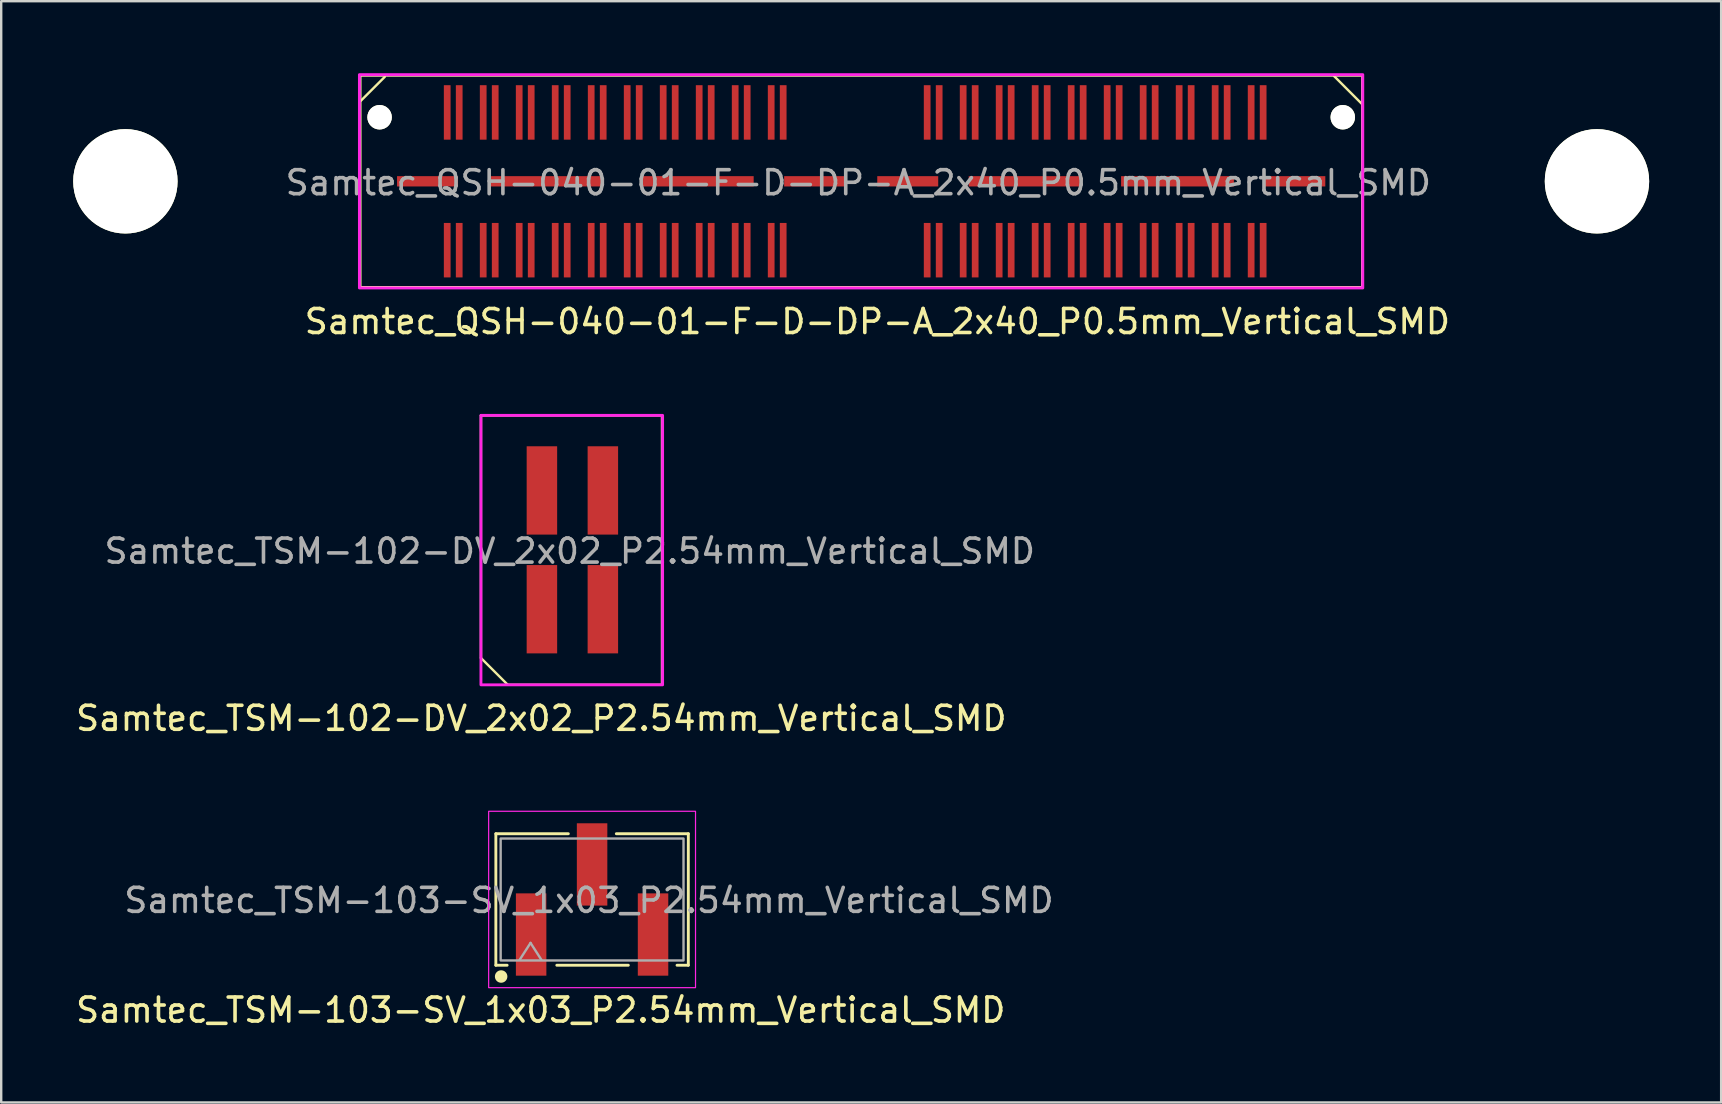
<source format=kicad_pcb>
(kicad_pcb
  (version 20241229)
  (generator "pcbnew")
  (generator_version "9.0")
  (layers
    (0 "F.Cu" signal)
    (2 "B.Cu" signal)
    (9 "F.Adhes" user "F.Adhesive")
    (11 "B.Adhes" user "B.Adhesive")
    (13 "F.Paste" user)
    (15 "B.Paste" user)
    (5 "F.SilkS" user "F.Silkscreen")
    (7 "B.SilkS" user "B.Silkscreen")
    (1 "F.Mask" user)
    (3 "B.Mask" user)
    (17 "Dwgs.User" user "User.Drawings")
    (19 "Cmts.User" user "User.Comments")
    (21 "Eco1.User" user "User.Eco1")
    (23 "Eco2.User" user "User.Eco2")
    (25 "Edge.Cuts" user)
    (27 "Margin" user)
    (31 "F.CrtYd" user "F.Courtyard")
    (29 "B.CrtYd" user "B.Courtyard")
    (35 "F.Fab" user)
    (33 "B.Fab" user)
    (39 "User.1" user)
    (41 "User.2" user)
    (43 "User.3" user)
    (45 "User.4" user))
  (footprint "Samtec_TSM-102-DV_2x02_P2.54mm_Vertical_SMD"
    (layer "F.Cu")
    (at 19.531 22.336)
    (property "Reference" "Samtec_TSM-102-DV_2x02_P2.54mm_Vertical_SMD" (at -0.025 4.547 0) (layer "F.SilkS") (effects (font (size 1 1) (thickness 0.15))))
    (attr smd)
    (fp_line (start -2.54 -8.077) (end 5.004 -8.077) (stroke (width 0.1) (type solid)) (layer "F.SilkS"))
    (fp_line (start -2.54 2.032) (end -2.54 -8.077) (stroke (width 0.1) (type solid)) (layer "F.SilkS"))
    (fp_line (start -2.54 2.032) (end -1.422 3.15) (stroke (width 0.1) (type solid)) (layer "F.SilkS"))
    (fp_line (start -1.422 3.15) (end 5.004 3.15) (stroke (width 0.1) (type solid)) (layer "F.SilkS"))
    (fp_line (start 5.004 -8.077) (end 5.004 3.15) (stroke (width 0.1) (type solid)) (layer "F.SilkS"))
    (fp_rect (start -2.54 -8.077) (end 5.029 3.15) (stroke (width 0.12) (type solid)) (fill no) (layer "F.CrtYd"))
    (fp_text user "${REFERENCE}" (at 1.16 -2.42 0) (layer "F.Fab") (effects (font (size 1 1) (thickness 0.15))))
    (pad "1" smd rect (at 0 0) (size 1.27 3.68) (layers "F.Cu" "F.Mask" "F.Paste"))
    (pad "2" smd rect (at 0 -4.95) (size 1.27 3.68) (layers "F.Cu" "F.Mask" "F.Paste"))
    (pad "3" smd rect (at 2.54 0) (size 1.27 3.68) (layers "F.Cu" "F.Mask" "F.Paste"))
    (pad "4" smd rect (at 2.54 -4.95) (size 1.27 3.68) (layers "F.Cu" "F.Mask" "F.Paste")))
  (footprint "Samtec_TSM-103-SV_1x03_P2.54mm_Vertical_SMD"
    (layer "F.Cu")
    (at 19.082 35.891)
    (property "Reference" "Samtec_TSM-103-SV_1x03_P2.54mm_Vertical_SMD" (at 0.4 3.15 0) (layer "F.SilkS") (effects (font (size 1 1) (thickness 0.15))))
    (attr smd)
    (fp_line (start -1.47 -4.2) (end 1.55 -4.2) (stroke (width 0.12) (type solid)) (layer "F.SilkS"))
    (fp_line (start -1.47 1.28) (end -1.47 -4.2) (stroke (width 0.12) (type solid)) (layer "F.SilkS"))
    (fp_line (start -1.47 1.28) (end -1 1.28) (stroke (width 0.12) (type solid)) (layer "F.SilkS"))
    (fp_line (start 1.07 1.28) (end 4.05 1.28) (stroke (width 0.12) (type solid)) (layer "F.SilkS"))
    (fp_line (start 3.55 -4.2) (end 6.55 -4.2) (stroke (width 0.12) (type solid)) (layer "F.SilkS"))
    (fp_line (start 6.08 1.28) (end 6.55 1.28) (stroke (width 0.12) (type solid)) (layer "F.SilkS"))
    (fp_line (start 6.55 -4.2) (end 6.55 1.28) (stroke (width 0.12) (type solid)) (layer "F.SilkS"))
    (fp_circle (center -1.25 1.75) (end -1.05 1.75) (stroke (width 0.12) (type solid)) (fill yes) (layer "F.SilkS"))
    (fp_rect (start -1.77 -5.135) (end 6.85 2.215) (stroke (width 0.05) (type solid)) (fill no) (layer "F.CrtYd"))
    (fp_line (start -0.475 1.05) (end -0.025 0.35) (stroke (width 0.1) (type default)) (layer "F.Fab"))
    (fp_line (start -0.025 0.35) (end 0.425 1.05) (stroke (width 0.1) (type default)) (layer "F.Fab"))
    (fp_rect (start -1.27 1.08) (end 6.35 -4) (stroke (width 0.1) (type default)) (fill no) (layer "F.Fab"))
    (fp_text user "${REFERENCE}" (at 2.41 -1.42 0) (layer "F.Fab") (effects (font (size 1 1) (thickness 0.15))))
    (pad "1" smd rect (at 0 0) (size 1.27 3.43) (layers "F.Cu" "F.Mask" "F.Paste"))
    (pad "2" smd rect (at 2.54 -2.92) (size 1.27 3.43) (layers "F.Cu" "F.Mask" "F.Paste"))
    (pad "3" smd rect (at 5.08 0) (size 1.27 3.43) (layers "F.Cu" "F.Mask" "F.Paste")))
  (footprint "Samtec_QSH-040-01-F-D-DP-A_2x40_P0.5mm_Vertical_SMD"
    (layer "F.Cu")
    (at 15.585 7.375)
    (property "Reference" "Samtec_QSH-040-01-F-D-DP-A_2x40_P0.5mm_Vertical_SMD" (at 17.925 2.975 0) (layer "F.SilkS") (effects (font (size 1 1) (thickness 0.15))))
    (attr smd)
    (fp_line (start -3.62 -7.277) (end 38.125 -7.277) (stroke (width 0.1) (type solid)) (layer "F.SilkS"))
    (fp_line (start -3.62 1.543) (end -3.62 -7.277) (stroke (width 0.1) (type solid)) (layer "F.SilkS"))
    (fp_line (start -3.62 1.543) (end 38.125 1.543) (stroke (width 0.1) (type solid)) (layer "F.SilkS"))
    (fp_line (start -3.6 -6.225) (end -2.6 -7.225) (stroke (width 0.1) (type solid)) (layer "F.SilkS"))
    (fp_line (start 36.96 -7.249) (end 38.128 -6.08) (stroke (width 0.1) (type solid)) (layer "F.SilkS"))
    (fp_line (start 38.13 1.543) (end 38.13 -7.277) (stroke (width 0.1) (type solid)) (layer "F.SilkS"))
    (fp_rect (start -3.658 -7.315) (end 38.151 1.575) (stroke (width 0.12) (type solid)) (fill no) (layer "F.CrtYd"))
    (fp_text user "${REFERENCE}" (at 17.13 -2.81 0) (layer "F.Fab") (effects (font (size 1 1) (thickness 0.15))))
    (pad "" np_thru_hole circle (at -13.41 -2.87) (size 4.35 4.35) (drill 4.35) (layers "*.Cu" "*.Mask" "F.SilkS"))
    (pad "" np_thru_hole circle (at -2.818 -5.54) (size 1.02 1.02) (drill 1.02) (layers "*.Cu" "*.Mask" "F.SilkS"))
    (pad "" np_thru_hole circle (at 37.318 -5.54) (size 1.02 1.02) (drill 1.02) (layers "*.Cu" "*.Mask" "F.SilkS"))
    (pad "" np_thru_hole circle (at 47.91 -2.87) (size 4.35 4.35) (drill 4.35) (layers "*.Cu" "*.Mask" "F.SilkS"))
    (pad "1" smd rect (at 0 0) (size 0.28 2.27) (layers "F.Cu" "F.Mask" "F.Paste"))
    (pad "2" smd rect (at 0 -5.74) (size 0.28 2.27) (layers "F.Cu" "F.Mask" "F.Paste"))
    (pad "3" smd rect (at 0.5 0) (size 0.28 2.27) (layers "F.Cu" "F.Mask" "F.Paste"))
    (pad "4" smd rect (at 0.5 -5.74) (size 0.28 2.27) (layers "F.Cu" "F.Mask" "F.Paste"))
    (pad "5" smd rect (at 1.5 0) (size 0.28 2.27) (layers "F.Cu" "F.Mask" "F.Paste"))
    (pad "6" smd rect (at 1.5 -5.74) (size 0.28 2.27) (layers "F.Cu" "F.Mask" "F.Paste"))
    (pad "7" smd rect (at 2 0) (size 0.28 2.27) (layers "F.Cu" "F.Mask" "F.Paste"))
    (pad "8" smd rect (at 2 -5.74) (size 0.28 2.27) (layers "F.Cu" "F.Mask" "F.Paste"))
    (pad "9" smd rect (at 3 0) (size 0.28 2.27) (layers "F.Cu" "F.Mask" "F.Paste"))
    (pad "10" smd rect (at 3 -5.74) (size 0.28 2.27) (layers "F.Cu" "F.Mask" "F.Paste"))
    (pad "11" smd rect (at 3.5 0) (size 0.28 2.27) (layers "F.Cu" "F.Mask" "F.Paste"))
    (pad "12" smd rect (at 3.5 -5.74) (size 0.28 2.27) (layers "F.Cu" "F.Mask" "F.Paste"))
    (pad "13" smd rect (at 4.5 0) (size 0.28 2.27) (layers "F.Cu" "F.Mask" "F.Paste"))
    (pad "14" smd rect (at 4.5 -5.74) (size 0.28 2.27) (layers "F.Cu" "F.Mask" "F.Paste"))
    (pad "15" smd rect (at 5 0) (size 0.28 2.27) (layers "F.Cu" "F.Mask" "F.Paste"))
    (pad "16" smd rect (at 5 -5.74) (size 0.28 2.27) (layers "F.Cu" "F.Mask" "F.Paste"))
    (pad "17" smd rect (at 6 0) (size 0.28 2.27) (layers "F.Cu" "F.Mask" "F.Paste"))
    (pad "18" smd rect (at 6 -5.74) (size 0.28 2.27) (layers "F.Cu" "F.Mask" "F.Paste"))
    (pad "19" smd rect (at 6.5 0) (size 0.28 2.27) (layers "F.Cu" "F.Mask" "F.Paste"))
    (pad "20" smd rect (at 6.5 -5.74) (size 0.28 2.27) (layers "F.Cu" "F.Mask" "F.Paste"))
    (pad "21" smd rect (at 7.5 0) (size 0.28 2.27) (layers "F.Cu" "F.Mask" "F.Paste"))
    (pad "22" smd rect (at 7.5 -5.74) (size 0.28 2.27) (layers "F.Cu" "F.Mask" "F.Paste"))
    (pad "23" smd rect (at 8 0) (size 0.28 2.27) (layers "F.Cu" "F.Mask" "F.Paste"))
    (pad "24" smd rect (at 8 -5.74) (size 0.28 2.27) (layers "F.Cu" "F.Mask" "F.Paste"))
    (pad "25" smd rect (at 9 0) (size 0.28 2.27) (layers "F.Cu" "F.Mask" "F.Paste"))
    (pad "26" smd rect (at 9 -5.74) (size 0.28 2.27) (layers "F.Cu" "F.Mask" "F.Paste"))
    (pad "27" smd rect (at 9.5 0) (size 0.28 2.27) (layers "F.Cu" "F.Mask" "F.Paste"))
    (pad "28" smd rect (at 9.5 -5.74) (size 0.28 2.27) (layers "F.Cu" "F.Mask" "F.Paste"))
    (pad "29" smd rect (at 10.5 0) (size 0.28 2.27) (layers "F.Cu" "F.Mask" "F.Paste"))
    (pad "30" smd rect (at 10.5 -5.74) (size 0.28 2.27) (layers "F.Cu" "F.Mask" "F.Paste"))
    (pad "31" smd rect (at 11 0) (size 0.28 2.27) (layers "F.Cu" "F.Mask" "F.Paste"))
    (pad "32" smd rect (at 11 -5.74) (size 0.28 2.27) (layers "F.Cu" "F.Mask" "F.Paste"))
    (pad "33" smd rect (at 12 0) (size 0.28 2.27) (layers "F.Cu" "F.Mask" "F.Paste"))
    (pad "34" smd rect (at 12 -5.74) (size 0.28 2.27) (layers "F.Cu" "F.Mask" "F.Paste"))
    (pad "35" smd rect (at 12.5 0) (size 0.28 2.27) (layers "F.Cu" "F.Mask" "F.Paste"))
    (pad "36" smd rect (at 12.5 -5.74) (size 0.28 2.27) (layers "F.Cu" "F.Mask" "F.Paste"))
    (pad "37" smd rect (at 13.5 0) (size 0.28 2.27) (layers "F.Cu" "F.Mask" "F.Paste"))
    (pad "38" smd rect (at 13.5 -5.74) (size 0.28 2.27) (layers "F.Cu" "F.Mask" "F.Paste"))
    (pad "39" smd rect (at 14 0) (size 0.28 2.27) (layers "F.Cu" "F.Mask" "F.Paste"))
    (pad "40" smd rect (at 14 -5.74) (size 0.28 2.27) (layers "F.Cu" "F.Mask" "F.Paste"))
    (pad "41" smd rect (at 20 0) (size 0.28 2.27) (layers "F.Cu" "F.Mask" "F.Paste"))
    (pad "42" smd rect (at 20 -5.74) (size 0.28 2.27) (layers "F.Cu" "F.Mask" "F.Paste"))
    (pad "43" smd rect (at 20.5 0) (size 0.28 2.27) (layers "F.Cu" "F.Mask" "F.Paste"))
    (pad "44" smd rect (at 20.5 -5.74) (size 0.28 2.27) (layers "F.Cu" "F.Mask" "F.Paste"))
    (pad "45" smd rect (at 21.5 0) (size 0.28 2.27) (layers "F.Cu" "F.Mask" "F.Paste"))
    (pad "46" smd rect (at 21.5 -5.74) (size 0.28 2.27) (layers "F.Cu" "F.Mask" "F.Paste"))
    (pad "47" smd rect (at 22 0) (size 0.28 2.27) (layers "F.Cu" "F.Mask" "F.Paste"))
    (pad "48" smd rect (at 22 -5.74) (size 0.28 2.27) (layers "F.Cu" "F.Mask" "F.Paste"))
    (pad "49" smd rect (at 23 0) (size 0.28 2.27) (layers "F.Cu" "F.Mask" "F.Paste"))
    (pad "50" smd rect (at 23 -5.74) (size 0.28 2.27) (layers "F.Cu" "F.Mask" "F.Paste"))
    (pad "51" smd rect (at 23.5 0) (size 0.28 2.27) (layers "F.Cu" "F.Mask" "F.Paste"))
    (pad "52" smd rect (at 23.5 -5.74) (size 0.28 2.27) (layers "F.Cu" "F.Mask" "F.Paste"))
    (pad "53" smd rect (at 24.5 0) (size 0.28 2.27) (layers "F.Cu" "F.Mask" "F.Paste"))
    (pad "54" smd rect (at 24.5 -5.74) (size 0.28 2.27) (layers "F.Cu" "F.Mask" "F.Paste"))
    (pad "55" smd rect (at 25 0) (size 0.28 2.27) (layers "F.Cu" "F.Mask" "F.Paste"))
    (pad "56" smd rect (at 25 -5.74) (size 0.28 2.27) (layers "F.Cu" "F.Mask" "F.Paste"))
    (pad "57" smd rect (at 26 0) (size 0.28 2.27) (layers "F.Cu" "F.Mask" "F.Paste"))
    (pad "58" smd rect (at 26 -5.74) (size 0.28 2.27) (layers "F.Cu" "F.Mask" "F.Paste"))
    (pad "59" smd rect (at 26.5 0) (size 0.28 2.27) (layers "F.Cu" "F.Mask" "F.Paste"))
    (pad "60" smd rect (at 26.5 -5.74) (size 0.28 2.27) (layers "F.Cu" "F.Mask" "F.Paste"))
    (pad "61" smd rect (at 27.5 0) (size 0.28 2.27) (layers "F.Cu" "F.Mask" "F.Paste"))
    (pad "62" smd rect (at 27.5 -5.74) (size 0.28 2.27) (layers "F.Cu" "F.Mask" "F.Paste"))
    (pad "63" smd rect (at 28 0) (size 0.28 2.27) (layers "F.Cu" "F.Mask" "F.Paste"))
    (pad "64" smd rect (at 28 -5.74) (size 0.28 2.27) (layers "F.Cu" "F.Mask" "F.Paste"))
    (pad "65" smd rect (at 29 0) (size 0.28 2.27) (layers "F.Cu" "F.Mask" "F.Paste"))
    (pad "66" smd rect (at 29 -5.74) (size 0.28 2.27) (layers "F.Cu" "F.Mask" "F.Paste"))
    (pad "67" smd rect (at 29.5 0) (size 0.28 2.27) (layers "F.Cu" "F.Mask" "F.Paste"))
    (pad "68" smd rect (at 29.5 -5.74) (size 0.28 2.27) (layers "F.Cu" "F.Mask" "F.Paste"))
    (pad "69" smd rect (at 30.5 0) (size 0.28 2.27) (layers "F.Cu" "F.Mask" "F.Paste"))
    (pad "70" smd rect (at 30.5 -5.74) (size 0.28 2.27) (layers "F.Cu" "F.Mask" "F.Paste"))
    (pad "71" smd rect (at 31 0) (size 0.28 2.27) (layers "F.Cu" "F.Mask" "F.Paste"))
    (pad "72" smd rect (at 31 -5.74) (size 0.28 2.27) (layers "F.Cu" "F.Mask" "F.Paste"))
    (pad "73" smd rect (at 32 0) (size 0.28 2.27) (layers "F.Cu" "F.Mask" "F.Paste"))
    (pad "74" smd rect (at 32 -5.74) (size 0.28 2.27) (layers "F.Cu" "F.Mask" "F.Paste"))
    (pad "75" smd rect (at 32.5 0) (size 0.28 2.27) (layers "F.Cu" "F.Mask" "F.Paste"))
    (pad "76" smd rect (at 32.5 -5.74) (size 0.28 2.27) (layers "F.Cu" "F.Mask" "F.Paste"))
    (pad "77" smd rect (at 33.5 0) (size 0.28 2.27) (layers "F.Cu" "F.Mask" "F.Paste"))
    (pad "78" smd rect (at 33.5 -5.74) (size 0.28 2.27) (layers "F.Cu" "F.Mask" "F.Paste"))
    (pad "79" smd rect (at 34 0) (size 0.28 2.27) (layers "F.Cu" "F.Mask" "F.Paste"))
    (pad "80" smd rect (at 34 -5.74) (size 0.28 2.27) (layers "F.Cu" "F.Mask" "F.Paste"))
    (pad "81" smd rect (at -0.82 -2.87) (size 2.54 0.43) (layers "F.Cu" "F.Mask" "F.Paste"))
    (pad "82" smd rect (at 4.07 -2.87) (size 4.7 0.43) (layers "F.Cu" "F.Mask" "F.Paste"))
    (pad "83" smd rect (at 10.42 -2.87) (size 4.7 0.43) (layers "F.Cu" "F.Mask" "F.Paste"))
    (pad "84" smd rect (at 15.31 -2.87) (size 2.54 0.43) (layers "F.Cu" "F.Mask" "F.Paste"))
    (pad "85" smd rect (at 19.19 -2.87) (size 2.54 0.43) (layers "F.Cu" "F.Mask" "F.Paste"))
    (pad "86" smd rect (at 24.08 -2.87) (size 4.7 0.43) (layers "F.Cu" "F.Mask" "F.Paste"))
    (pad "87" smd rect (at 30.43 -2.87) (size 4.7 0.43) (layers "F.Cu" "F.Mask" "F.Paste"))
    (pad "88" smd rect (at 35.32 -2.87) (size 2.54 0.43) (layers "F.Cu" "F.Mask" "F.Paste")))
  (gr_rect
    (start -3 -3)
    (end 68.67 42.889)
    (stroke (width 0.1) (type default))
    (fill no)
    (layer "Edge.Cuts")))
</source>
